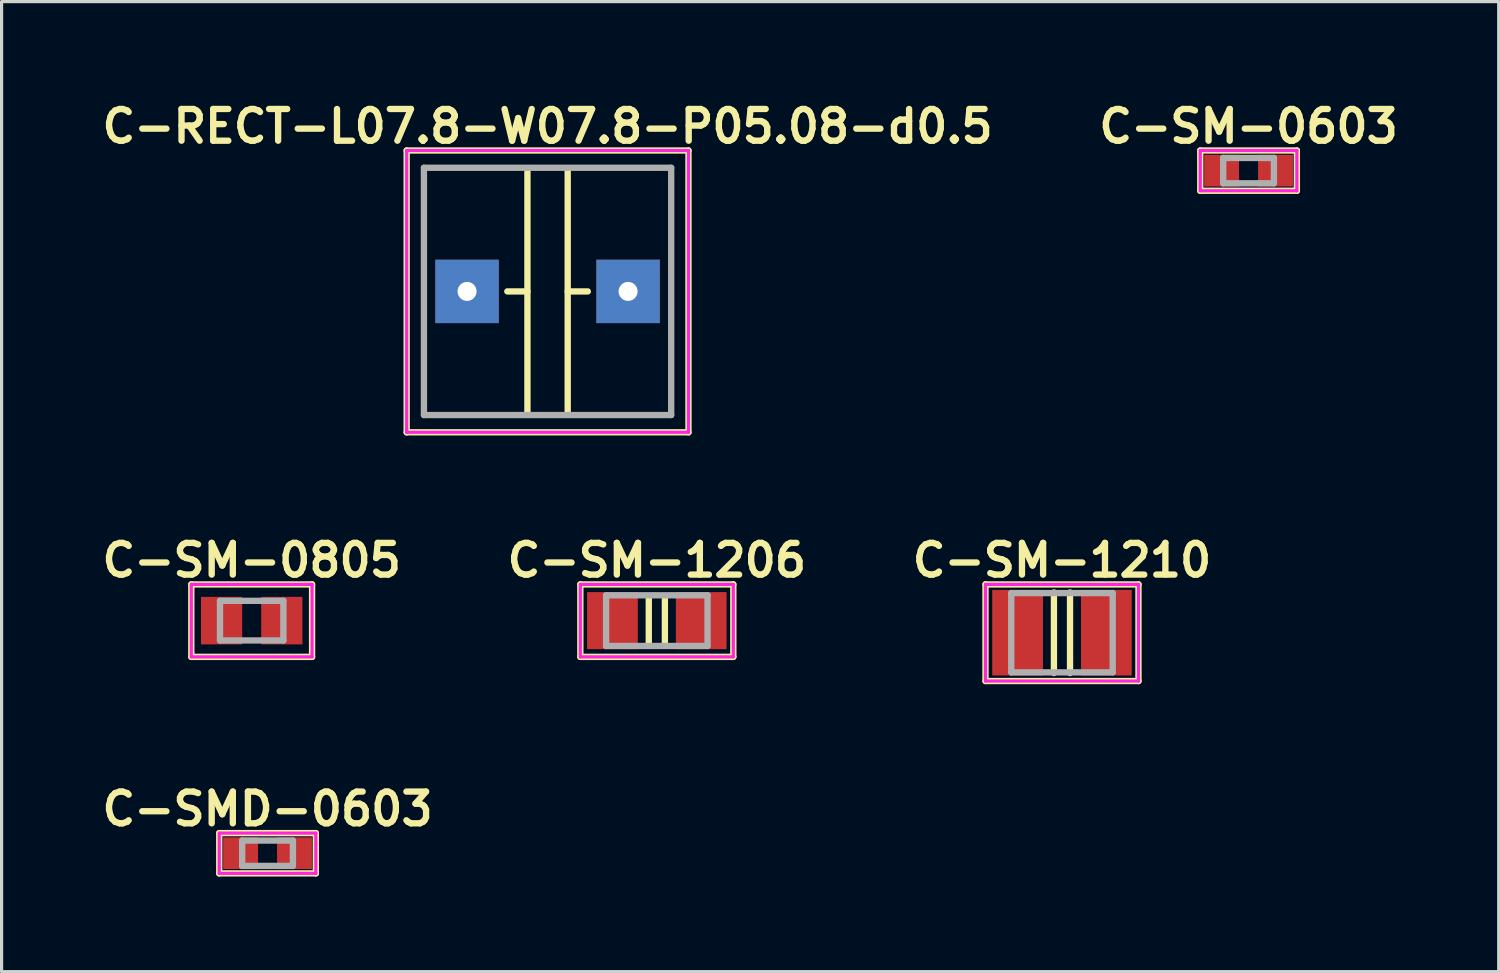
<source format=kicad_pcb>
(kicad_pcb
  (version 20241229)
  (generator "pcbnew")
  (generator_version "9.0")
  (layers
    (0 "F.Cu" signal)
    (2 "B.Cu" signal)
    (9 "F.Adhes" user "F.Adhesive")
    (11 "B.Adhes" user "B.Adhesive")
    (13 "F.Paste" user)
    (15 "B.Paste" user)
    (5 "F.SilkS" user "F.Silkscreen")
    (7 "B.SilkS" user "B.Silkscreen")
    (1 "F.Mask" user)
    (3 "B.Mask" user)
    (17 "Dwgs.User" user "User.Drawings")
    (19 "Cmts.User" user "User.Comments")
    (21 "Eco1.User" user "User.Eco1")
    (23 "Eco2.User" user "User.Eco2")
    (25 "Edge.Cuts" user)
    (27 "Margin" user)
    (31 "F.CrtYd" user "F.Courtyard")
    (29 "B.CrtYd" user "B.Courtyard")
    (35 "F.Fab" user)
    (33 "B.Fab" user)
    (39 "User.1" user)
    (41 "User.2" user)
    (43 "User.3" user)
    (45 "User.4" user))
  (footprint "C-SM-1210"
    (layer "F.Cu")
    (at 30.452 16.91)
    (property "Reference" "C-SM-1210" (at 0 -2.286 0) (layer "F.SilkS") (effects (font (size 1 1) (thickness 0.2))))
    (attr through_hole)
    (fp_line (start -2.413 -1.524) (end -2.413 1.524) (stroke (width 0.2) (type solid)) (layer "F.SilkS"))
    (fp_line (start -2.413 -1.524) (end 2.413 -1.524) (stroke (width 0.2) (type solid)) (layer "F.SilkS"))
    (fp_line (start -2.413 1.524) (end 2.413 1.524) (stroke (width 0.2) (type solid)) (layer "F.SilkS"))
    (fp_line (start -0.254 -1.27) (end -0.254 1.27) (stroke (width 0.2) (type solid)) (layer "F.SilkS"))
    (fp_line (start 0.254 -1.27) (end 0.254 1.27) (stroke (width 0.2) (type solid)) (layer "F.SilkS"))
    (fp_line (start 2.413 -1.524) (end 2.413 1.524) (stroke (width 0.2) (type solid)) (layer "F.SilkS"))
    (fp_line (start -2.413 -1.524) (end 2.413 -1.524) (stroke (width 0.1) (type solid)) (layer "F.CrtYd"))
    (fp_line (start -2.413 1.524) (end -2.413 -1.524) (stroke (width 0.1) (type solid)) (layer "F.CrtYd"))
    (fp_line (start 2.413 -1.524) (end 2.413 1.524) (stroke (width 0.1) (type solid)) (layer "F.CrtYd"))
    (fp_line (start 2.413 1.524) (end -2.413 1.524) (stroke (width 0.1) (type solid)) (layer "F.CrtYd"))
    (fp_line (start -1.6 -1.25) (end -1.6 1.25) (stroke (width 0.2) (type solid)) (layer "F.Fab"))
    (fp_line (start -1.6 -1.25) (end 1.6 -1.25) (stroke (width 0.2) (type solid)) (layer "F.Fab"))
    (fp_line (start -1.6 1.25) (end 1.6 1.25) (stroke (width 0.2) (type solid)) (layer "F.Fab"))
    (fp_line (start 1.6 -1.25) (end 1.6 1.25) (stroke (width 0.2) (type solid)) (layer "F.Fab"))
    (pad "1" smd rect (at -1.4 0) (size 1.6 2.7) (layers "F.Cu" "F.Mask"))
    (pad "2" smd rect (at 1.4 0) (size 1.6 2.7) (layers "F.Cu" "F.Mask")))
  (footprint "C-RECT-L07.8-W07.8-P05.08-d0.5"
    (layer "F.Cu")
    (at 14.224 6.143)
    (property "Reference" "C-RECT-L07.8-W07.8-P05.08-d0.5" (at 0 -5.207 0) (layer "F.SilkS") (effects (font (size 1 1) (thickness 0.2))))
    (attr through_hole)
    (fp_line (start -4.445 -4.445) (end -4.445 4.445) (stroke (width 0.2) (type solid)) (layer "F.SilkS"))
    (fp_line (start -4.445 -4.445) (end 4.445 -4.445) (stroke (width 0.2) (type solid)) (layer "F.SilkS"))
    (fp_line (start -4.445 4.445) (end 4.445 4.445) (stroke (width 0.2) (type solid)) (layer "F.SilkS"))
    (fp_line (start -1.27 0) (end -0.635 0) (stroke (width 0.2) (type solid)) (layer "F.SilkS"))
    (fp_line (start -0.635 -3.81) (end -0.635 3.81) (stroke (width 0.2) (type solid)) (layer "F.SilkS"))
    (fp_line (start 0.635 -3.81) (end 0.635 3.81) (stroke (width 0.2) (type solid)) (layer "F.SilkS"))
    (fp_line (start 0.635 0) (end 1.27 0) (stroke (width 0.2) (type solid)) (layer "F.SilkS"))
    (fp_line (start 4.445 -4.445) (end 4.445 4.445) (stroke (width 0.2) (type solid)) (layer "F.SilkS"))
    (fp_line (start -4.445 -4.445) (end -4.445 4.445) (stroke (width 0.1) (type solid)) (layer "F.CrtYd"))
    (fp_line (start -4.445 -4.445) (end 4.445 -4.445) (stroke (width 0.1) (type solid)) (layer "F.CrtYd"))
    (fp_line (start -4.445 4.445) (end 4.445 4.445) (stroke (width 0.1) (type solid)) (layer "F.CrtYd"))
    (fp_line (start 4.445 -4.445) (end 4.445 4.445) (stroke (width 0.1) (type solid)) (layer "F.CrtYd"))
    (fp_line (start -3.9 -3.9) (end -3.9 3.9) (stroke (width 0.2) (type solid)) (layer "F.Fab"))
    (fp_line (start -3.9 -3.9) (end 3.9 -3.9) (stroke (width 0.2) (type solid)) (layer "F.Fab"))
    (fp_line (start -3.9 3.9) (end 3.9 3.9) (stroke (width 0.2) (type solid)) (layer "F.Fab"))
    (fp_line (start 3.9 -3.9) (end 3.9 3.9) (stroke (width 0.2) (type solid)) (layer "F.Fab"))
    (pad "1" thru_hole rect (at -2.54 0) (size 2 2) (drill 0.6) (layers "B.Cu" "B.Mask"))
    (pad "2" thru_hole rect (at 2.54 0) (size 2 2) (drill 0.6) (layers "B.Cu" "B.Mask")))
  (footprint "C-SM-0603"
    (layer "F.Cu")
    (at 36.338 2.333)
    (property "Reference" "C-SM-0603" (at 0 -1.397 0) (layer "F.SilkS") (effects (font (size 1 1) (thickness 0.2))))
    (attr through_hole)
    (fp_line (start -1.524 -0.635) (end 1.524 -0.635) (stroke (width 0.2) (type solid)) (layer "F.SilkS"))
    (fp_line (start -1.524 0.635) (end -1.524 -0.635) (stroke (width 0.2) (type solid)) (layer "F.SilkS"))
    (fp_line (start -1.524 0.635) (end 1.524 0.635) (stroke (width 0.2) (type solid)) (layer "F.SilkS"))
    (fp_line (start 1.524 -0.635) (end 1.524 0.635) (stroke (width 0.2) (type solid)) (layer "F.SilkS"))
    (fp_line (start -1.524 -0.635) (end 1.524 -0.635) (stroke (width 0.1) (type solid)) (layer "F.CrtYd"))
    (fp_line (start -1.524 0.635) (end -1.524 -0.635) (stroke (width 0.1) (type solid)) (layer "F.CrtYd"))
    (fp_line (start 1.524 -0.635) (end 1.524 0.635) (stroke (width 0.1) (type solid)) (layer "F.CrtYd"))
    (fp_line (start 1.524 0.635) (end -1.524 0.635) (stroke (width 0.1) (type solid)) (layer "F.CrtYd"))
    (fp_line (start -0.8 -0.4) (end -0.8 0.4) (stroke (width 0.2) (type solid)) (layer "F.Fab"))
    (fp_line (start -0.8 -0.4) (end 0.8 -0.4) (stroke (width 0.2) (type solid)) (layer "F.Fab"))
    (fp_line (start -0.8 0.4) (end 0.8 0.4) (stroke (width 0.2) (type solid)) (layer "F.Fab"))
    (fp_line (start 0.8 -0.4) (end 0.8 0.4) (stroke (width 0.2) (type solid)) (layer "F.Fab"))
    (pad "1" smd rect (at -0.85 0) (size 1.1 1) (layers "F.Cu" "F.Mask"))
    (pad "2" smd rect (at 0.85 0) (size 1.1 1) (layers "F.Cu" "F.Mask")))
  (footprint "C-SM-1206"
    (layer "F.Cu")
    (at 17.671 16.529)
    (property "Reference" "C-SM-1206" (at 0 -1.905 0) (layer "F.SilkS") (effects (font (size 1 1) (thickness 0.2))))
    (attr through_hole)
    (fp_line (start -2.413 -1.143) (end -2.413 1.143) (stroke (width 0.2) (type solid)) (layer "F.SilkS"))
    (fp_line (start -2.413 -1.143) (end 2.413 -1.143) (stroke (width 0.2) (type solid)) (layer "F.SilkS"))
    (fp_line (start -2.413 1.143) (end 2.413 1.143) (stroke (width 0.2) (type solid)) (layer "F.SilkS"))
    (fp_line (start -0.254 -0.762) (end -0.254 0.762) (stroke (width 0.2) (type solid)) (layer "F.SilkS"))
    (fp_line (start 0.254 -0.762) (end 0.254 0.762) (stroke (width 0.2) (type solid)) (layer "F.SilkS"))
    (fp_line (start 2.413 -1.143) (end 2.413 1.143) (stroke (width 0.2) (type solid)) (layer "F.SilkS"))
    (fp_line (start -2.413 -1.143) (end 2.413 -1.143) (stroke (width 0.1) (type solid)) (layer "F.CrtYd"))
    (fp_line (start -2.413 1.143) (end -2.413 -1.143) (stroke (width 0.1) (type solid)) (layer "F.CrtYd"))
    (fp_line (start 2.413 -1.143) (end 2.413 1.143) (stroke (width 0.1) (type solid)) (layer "F.CrtYd"))
    (fp_line (start 2.413 1.143) (end -2.413 1.143) (stroke (width 0.1) (type solid)) (layer "F.CrtYd"))
    (fp_line (start -1.6 -0.8) (end -1.6 0.8) (stroke (width 0.2) (type solid)) (layer "F.Fab"))
    (fp_line (start -1.6 -0.8) (end 1.6 -0.8) (stroke (width 0.2) (type solid)) (layer "F.Fab"))
    (fp_line (start -1.6 0.8) (end 1.6 0.8) (stroke (width 0.2) (type solid)) (layer "F.Fab"))
    (fp_line (start 1.6 -0.8) (end 1.6 0.8) (stroke (width 0.2) (type solid)) (layer "F.Fab"))
    (pad "1" smd rect (at -1.4 0) (size 1.6 1.8) (layers "F.Cu" "F.Mask"))
    (pad "2" smd rect (at 1.4 0) (size 1.6 1.8) (layers "F.Cu" "F.Mask")))
  (footprint "C-SMD-0603"
    (layer "F.Cu")
    (at 5.39 23.867)
    (property "Reference" "C-SMD-0603" (at 0 -1.397 0) (layer "F.SilkS") (effects (font (size 1 1) (thickness 0.2))))
    (attr through_hole)
    (fp_line (start -1.524 -0.635) (end 1.524 -0.635) (stroke (width 0.2) (type solid)) (layer "F.SilkS"))
    (fp_line (start -1.524 0.635) (end -1.524 -0.635) (stroke (width 0.2) (type solid)) (layer "F.SilkS"))
    (fp_line (start -1.524 0.635) (end 1.524 0.635) (stroke (width 0.2) (type solid)) (layer "F.SilkS"))
    (fp_line (start 1.524 -0.635) (end 1.524 0.635) (stroke (width 0.2) (type solid)) (layer "F.SilkS"))
    (fp_line (start -1.524 -0.635) (end 1.524 -0.635) (stroke (width 0.1) (type solid)) (layer "F.CrtYd"))
    (fp_line (start -1.524 0.635) (end -1.524 -0.635) (stroke (width 0.1) (type solid)) (layer "F.CrtYd"))
    (fp_line (start 1.524 -0.635) (end 1.524 0.635) (stroke (width 0.1) (type solid)) (layer "F.CrtYd"))
    (fp_line (start 1.524 0.635) (end -1.524 0.635) (stroke (width 0.1) (type solid)) (layer "F.CrtYd"))
    (fp_line (start -0.8 -0.4) (end -0.8 0.4) (stroke (width 0.2) (type solid)) (layer "F.Fab"))
    (fp_line (start -0.8 -0.4) (end 0.8 -0.4) (stroke (width 0.2) (type solid)) (layer "F.Fab"))
    (fp_line (start -0.8 0.4) (end 0.8 0.4) (stroke (width 0.2) (type solid)) (layer "F.Fab"))
    (fp_line (start 0.8 -0.4) (end 0.8 0.4) (stroke (width 0.2) (type solid)) (layer "F.Fab"))
    (pad "1" smd rect (at -0.85 0) (size 1.1 1) (layers "F.Cu" "F.Mask"))
    (pad "2" smd rect (at 0.85 0) (size 1.1 1) (layers "F.Cu" "F.Mask")))
  (footprint "C-SM-0805"
    (layer "F.Cu")
    (at 4.89 16.529)
    (property "Reference" "C-SM-0805" (at 0 -1.905 0) (layer "F.SilkS") (effects (font (size 1 1) (thickness 0.2))))
    (attr through_hole)
    (fp_line (start -1.905 -1.143) (end 1.905 -1.143) (stroke (width 0.2) (type solid)) (layer "F.SilkS"))
    (fp_line (start -1.905 1.143) (end -1.905 -1.143) (stroke (width 0.2) (type solid)) (layer "F.SilkS"))
    (fp_line (start -1.905 1.143) (end 1.905 1.143) (stroke (width 0.2) (type solid)) (layer "F.SilkS"))
    (fp_line (start 1.905 -1.143) (end 1.905 1.143) (stroke (width 0.2) (type solid)) (layer "F.SilkS"))
    (fp_line (start -1.905 -1.143) (end 1.905 -1.143) (stroke (width 0.1) (type solid)) (layer "F.CrtYd"))
    (fp_line (start -1.905 1.143) (end -1.905 -1.143) (stroke (width 0.1) (type solid)) (layer "F.CrtYd"))
    (fp_line (start 1.905 -1.143) (end 1.905 1.143) (stroke (width 0.1) (type solid)) (layer "F.CrtYd"))
    (fp_line (start 1.905 1.143) (end -1.905 1.143) (stroke (width 0.1) (type solid)) (layer "F.CrtYd"))
    (fp_line (start -1 -0.625) (end -1 0.625) (stroke (width 0.2) (type solid)) (layer "F.Fab"))
    (fp_line (start -1 -0.625) (end 1 -0.625) (stroke (width 0.2) (type solid)) (layer "F.Fab"))
    (fp_line (start -1 0.625) (end 1 0.625) (stroke (width 0.2) (type solid)) (layer "F.Fab"))
    (fp_line (start 1 -0.625) (end 1 0.625) (stroke (width 0.2) (type solid)) (layer "F.Fab"))
    (pad "1" smd rect (at -0.95 0) (size 1.3 1.5) (layers "F.Cu" "F.Mask"))
    (pad "2" smd rect (at 0.95 0) (size 1.3 1.5) (layers "F.Cu" "F.Mask")))
  (gr_rect
    (start -3 -3)
    (end 44.229 27.602)
    (stroke (width 0.1) (type default))
    (fill no)
    (layer "Edge.Cuts")))
</source>
